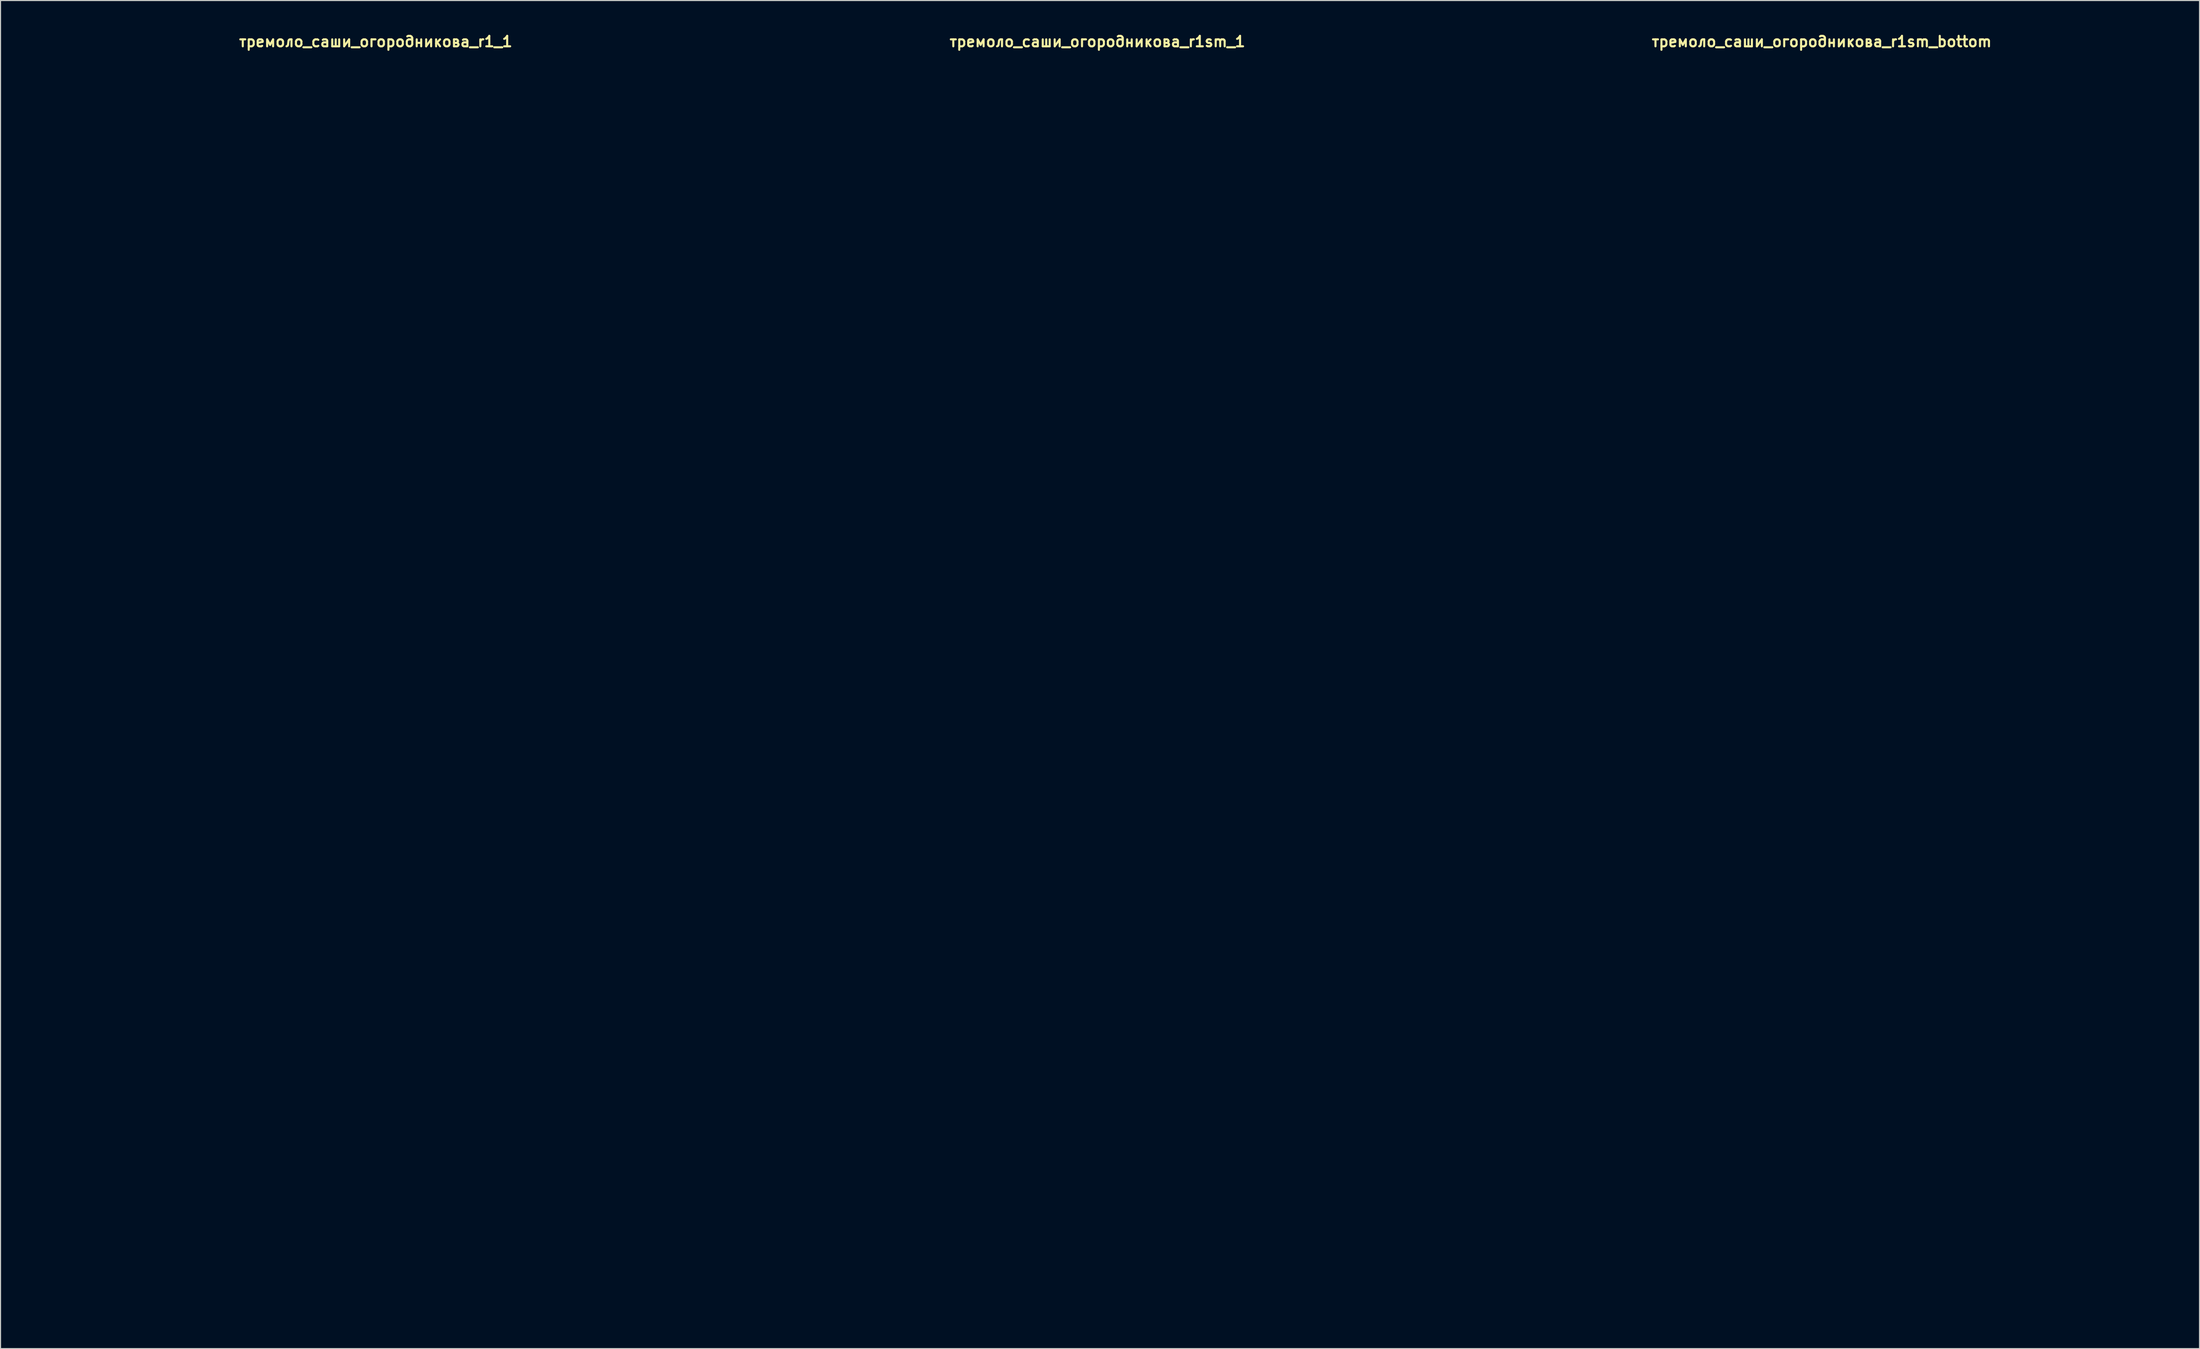
<source format=kicad_pcb>
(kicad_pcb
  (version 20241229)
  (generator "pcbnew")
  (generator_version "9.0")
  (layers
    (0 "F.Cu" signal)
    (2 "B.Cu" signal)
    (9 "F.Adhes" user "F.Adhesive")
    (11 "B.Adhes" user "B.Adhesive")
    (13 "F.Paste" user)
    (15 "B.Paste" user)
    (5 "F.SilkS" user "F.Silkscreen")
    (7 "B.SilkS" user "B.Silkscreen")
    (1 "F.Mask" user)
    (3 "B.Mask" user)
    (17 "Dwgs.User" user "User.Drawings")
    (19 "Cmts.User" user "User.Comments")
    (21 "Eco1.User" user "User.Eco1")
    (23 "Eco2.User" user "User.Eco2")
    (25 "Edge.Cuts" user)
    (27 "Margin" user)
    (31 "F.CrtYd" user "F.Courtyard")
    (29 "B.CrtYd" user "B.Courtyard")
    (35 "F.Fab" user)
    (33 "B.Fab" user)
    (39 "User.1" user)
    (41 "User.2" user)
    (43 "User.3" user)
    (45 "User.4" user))
  (footprint "тремоло_саши_огородникова_r1sm_bottom"
    (layer "F.Cu")
    (at 171.5 62.277)
    (property "Reference" "тремоло_саши_огородникова_r1sm_bottom" (at 0 -61.341 0) (layer "F.SilkS") (effects (font (size 1 1) (thickness 0.2))))
    (attr through_hole)
    (fp_line (start -33 -57.4) (end -33 57.4) (stroke (width 0.4) (type solid)) (layer "Eco1.User"))
    (fp_line (start -29.9 -60.5) (end 29.9 -60.5) (stroke (width 0.4) (type solid)) (layer "Eco1.User"))
    (fp_line (start -29.9 60.5) (end 29.9 60.5) (stroke (width 0.4) (type solid)) (layer "Eco1.User"))
    (fp_line (start 33 -57.4) (end 33 57.4) (stroke (width 0.4) (type solid)) (layer "Eco1.User"))
    (fp_arc (start -33 -57.4) (mid -32.092031 -59.592031) (end -29.9 -60.5) (stroke (width 0.4) (type solid)) (layer "Eco1.User"))
    (fp_arc (start -29.9 60.5) (mid -32.092031 59.592031) (end -33 57.4) (stroke (width 0.4) (type solid)) (layer "Eco1.User"))
    (fp_arc (start 29.9 -60.5) (mid 32.092031 -59.592031) (end 33 -57.4) (stroke (width 0.4) (type solid)) (layer "Eco1.User"))
    (fp_arc (start 33 57.4) (mid 32.092031 59.592031) (end 29.9 60.5) (stroke (width 0.4) (type solid)) (layer "Eco1.User"))
    (fp_circle (center -24.57 -52.07) (end -23.07 -52.07) (stroke (width 0.4) (type solid)) (fill no) (layer "Eco1.User"))
    (fp_circle (center -24.57 52.07) (end -23.07 52.07) (stroke (width 0.4) (type solid)) (fill no) (layer "Eco1.User"))
    (fp_circle (center -15.24 -31.55) (end -11.64 -31.55) (stroke (width 0.4) (type solid)) (fill no) (layer "Eco1.User"))
    (fp_circle (center -7.62 -1.27) (end -6.12 -1.27) (stroke (width 0.4) (type solid)) (fill no) (layer "Eco1.User"))
    (fp_circle (center 0 -1.27) (end 3 -1.27) (stroke (width 0.4) (type solid)) (fill no) (layer "Eco1.User"))
    (fp_circle (center 0 35.56) (end 6 35.56) (stroke (width 0.4) (type solid)) (fill no) (layer "Eco1.User"))
    (fp_circle (center 0 52.07) (end 2.65 52.07) (stroke (width 0.4) (type solid)) (fill no) (layer "Eco1.User"))
    (fp_circle (center 7.62 -1.27) (end 9.12 -1.27) (stroke (width 0.4) (type solid)) (fill no) (layer "Eco1.User"))
    (fp_circle (center 15.24 -31.55) (end 18.84 -31.55) (stroke (width 0.4) (type solid)) (fill no) (layer "Eco1.User"))
    (fp_circle (center 24.57 -52.07) (end 26.07 -52.07) (stroke (width 0.4) (type solid)) (fill no) (layer "Eco1.User"))
    (fp_circle (center 24.57 52.07) (end 26.07 52.07) (stroke (width 0.4) (type solid)) (fill no) (layer "Eco1.User")))
  (footprint "тремоло_саши_огородникова_r1sm_1"
    (layer "F.Cu")
    (at 102.1 62.277)
    (property "Reference" "тремоло_саши_огородникова_r1sm_1" (at 0 -61.341 0) (layer "F.SilkS") (effects (font (size 1 1) (thickness 0.2))))
    (attr through_hole)
    (fp_line (start -33 -57.4) (end -33 57.4) (stroke (width 0.4) (type solid)) (layer "Eco1.User"))
    (fp_line (start -29.9 -60.5) (end 29.9 -60.5) (stroke (width 0.4) (type solid)) (layer "Eco1.User"))
    (fp_line (start -29.9 60.5) (end 29.9 60.5) (stroke (width 0.4) (type solid)) (layer "Eco1.User"))
    (fp_line (start 33 -57.4) (end 33 57.4) (stroke (width 0.4) (type solid)) (layer "Eco1.User"))
    (fp_arc (start -33 -57.4) (mid -32.092031 -59.592031) (end -29.9 -60.5) (stroke (width 0.4) (type solid)) (layer "Eco1.User"))
    (fp_arc (start -29.9 60.5) (mid -32.092031 59.592031) (end -33 57.4) (stroke (width 0.4) (type solid)) (layer "Eco1.User"))
    (fp_arc (start 29.9 -60.5) (mid 32.092031 -59.592031) (end 33 -57.4) (stroke (width 0.4) (type solid)) (layer "Eco1.User"))
    (fp_arc (start 33 57.4) (mid 32.092031 59.592031) (end 29.9 60.5) (stroke (width 0.4) (type solid)) (layer "Eco1.User"))
    (fp_circle (center -24.57 -52.07) (end -23.07 -52.07) (stroke (width 0.4) (type solid)) (fill no) (layer "Eco1.User"))
    (fp_circle (center -24.57 -52.07) (end -21.07 -52.07) (stroke (width 0.4) (type solid)) (fill no) (layer "Eco1.User"))
    (fp_circle (center -24.57 52.07) (end -23.07 52.07) (stroke (width 0.4) (type solid)) (fill no) (layer "Eco1.User"))
    (fp_circle (center -24.57 52.07) (end -21.07 52.07) (stroke (width 0.4) (type solid)) (fill no) (layer "Eco1.User"))
    (fp_circle (center -15.24 -31.55) (end -11.64 -31.55) (stroke (width 0.4) (type solid)) (fill no) (layer "Eco1.User"))
    (fp_circle (center -15.24 -31.55) (end -5.74 -31.55) (stroke (width 0.4) (type solid)) (fill no) (layer "Eco1.User"))
    (fp_circle (center -7.62 -1.27) (end -6.12 -1.27) (stroke (width 0.4) (type solid)) (fill no) (layer "Eco1.User"))
    (fp_circle (center -7.62 -1.27) (end -4.12 -1.27) (stroke (width 0.4) (type solid)) (fill no) (layer "Eco1.User"))
    (fp_circle (center 0 -1.27) (end 3 -1.27) (stroke (width 0.4) (type solid)) (fill no) (layer "Eco1.User"))
    (fp_circle (center 0 35.56) (end 6 35.56) (stroke (width 0.4) (type solid)) (fill no) (layer "Eco1.User"))
    (fp_circle (center 0 35.56) (end 9.75 35.56) (stroke (width 0.4) (type solid)) (fill no) (layer "Eco1.User"))
    (fp_circle (center 0 52.07) (end 2.65 52.07) (stroke (width 0.4) (type solid)) (fill no) (layer "Eco1.User"))
    (fp_circle (center 7.62 -1.27) (end 9.12 -1.27) (stroke (width 0.4) (type solid)) (fill no) (layer "Eco1.User"))
    (fp_circle (center 7.62 -1.27) (end 11.12 -1.27) (stroke (width 0.4) (type solid)) (fill no) (layer "Eco1.User"))
    (fp_circle (center 15.24 -31.55) (end 18.84 -31.55) (stroke (width 0.4) (type solid)) (fill no) (layer "Eco1.User"))
    (fp_circle (center 15.24 -31.55) (end 24.74 -31.55) (stroke (width 0.4) (type solid)) (fill no) (layer "Eco1.User"))
    (fp_circle (center 24.57 -52.07) (end 26.07 -52.07) (stroke (width 0.4) (type solid)) (fill no) (layer "Eco1.User"))
    (fp_circle (center 24.57 -52.07) (end 28.07 -52.07) (stroke (width 0.4) (type solid)) (fill no) (layer "Eco1.User"))
    (fp_circle (center 24.57 52.07) (end 26.07 52.07) (stroke (width 0.4) (type solid)) (fill no) (layer "Eco1.User"))
    (fp_circle (center 24.57 52.07) (end 28.07 52.07) (stroke (width 0.4) (type solid)) (fill no) (layer "Eco1.User")))
  (footprint "тремоло_саши_огородникова_r1_1"
    (layer "F.Cu")
    (at 32.95 62.404)
    (property "Reference" "тремоло_саши_огородникова_r1_1" (at 0 -61.468 0) (layer "F.SilkS") (effects (font (size 1 1) (thickness 0.2))))
    (attr through_hole)
    (fp_line (start -32.75 -60.6) (end -32.75 60.6) (stroke (width 0.4) (type solid)) (layer "Eco1.User"))
    (fp_line (start -32.75 -60.6) (end 32.75 -60.6) (stroke (width 0.4) (type solid)) (layer "Eco1.User"))
    (fp_line (start -32.75 60.6) (end 32.75 60.6) (stroke (width 0.4) (type solid)) (layer "Eco1.User"))
    (fp_line (start -31.15 -59) (end -31.15 59) (stroke (width 0.4) (type solid)) (layer "Eco1.User"))
    (fp_line (start -31.15 -59) (end 31.15 -59) (stroke (width 0.4) (type solid)) (layer "Eco1.User"))
    (fp_line (start -31.15 59) (end 31.15 59) (stroke (width 0.4) (type solid)) (layer "Eco1.User"))
    (fp_line (start 31.15 -59) (end 31.15 59) (stroke (width 0.4) (type solid)) (layer "Eco1.User"))
    (fp_line (start 32.75 -60.6) (end 32.75 60.6) (stroke (width 0.4) (type solid)) (layer "Eco1.User"))
    (fp_circle (center -15.24 -31.55) (end -11.54 -31.55) (stroke (width 0.4) (type solid)) (fill no) (layer "Eco1.User"))
    (fp_circle (center -15.24 -31.55) (end -5.74 -31.55) (stroke (width 0.4) (type solid)) (fill no) (layer "Eco1.User"))
    (fp_circle (center -7.62 -1.27) (end -6.12 -1.27) (stroke (width 0.4) (type solid)) (fill no) (layer "Eco1.User"))
    (fp_circle (center -7.62 -1.27) (end -4.12 -1.27) (stroke (width 0.4) (type solid)) (fill no) (layer "Eco1.User"))
    (fp_circle (center 0 -1.27) (end 3 -1.27) (stroke (width 0.4) (type solid)) (fill no) (layer "Eco1.User"))
    (fp_circle (center 0 35.56) (end 6.5 35.56) (stroke (width 0.4) (type solid)) (fill no) (layer "Eco1.User"))
    (fp_circle (center 0 35.56) (end 9.75 35.56) (stroke (width 0.4) (type solid)) (fill no) (layer "Eco1.User"))
    (fp_circle (center 0 52.07) (end 2.65 52.07) (stroke (width 0.4) (type solid)) (fill no) (layer "Eco1.User"))
    (fp_circle (center 7.62 -1.27) (end 9.12 -1.27) (stroke (width 0.4) (type solid)) (fill no) (layer "Eco1.User"))
    (fp_circle (center 7.62 -1.27) (end 11.12 -1.27) (stroke (width 0.4) (type solid)) (fill no) (layer "Eco1.User"))
    (fp_circle (center 15.24 -31.55) (end 18.94 -31.55) (stroke (width 0.4) (type solid)) (fill no) (layer "Eco1.User"))
    (fp_circle (center 15.24 -31.55) (end 24.74 -31.55) (stroke (width 0.4) (type solid)) (fill no) (layer "Eco1.User"))
    (fp_line (start -32.75 -60.6) (end -32.75 60.6) (stroke (width 0.4) (type solid)) (layer "Eco2.User"))
    (fp_line (start -32.75 -60.6) (end 32.75 -60.6) (stroke (width 0.4) (type solid)) (layer "Eco2.User"))
    (fp_line (start -32.75 60.6) (end 32.75 60.6) (stroke (width 0.4) (type solid)) (layer "Eco2.User"))
    (fp_line (start -5.715 -39.37) (end -4.445 -39.37) (stroke (width 0.25) (type solid)) (layer "Eco2.User"))
    (fp_line (start -5.08 -40.005) (end -5.08 -38.735) (stroke (width 0.25) (type solid)) (layer "Eco2.User"))
    (fp_line (start -3.81 -39.37) (end -1.27 -39.37) (stroke (width 0.5) (type solid)) (layer "Eco2.User"))
    (fp_line (start 0 -39.37) (end 3.81 -39.37) (stroke (width 0.5) (type solid)) (layer "Eco2.User"))
    (fp_line (start 4.445 -39.37) (end 5.715 -39.37) (stroke (width 0.25) (type solid)) (layer "Eco2.User"))
    (fp_line (start 32.75 -60.6) (end 32.75 60.6) (stroke (width 0.4) (type solid)) (layer "Eco2.User"))
    (fp_arc (start 0 -38.1) (mid -1.27 -39.37) (end 0 -40.64) (stroke (width 0.5) (type solid)) (layer "Eco2.User"))
    (fp_circle (center -5.08 -39.37) (end -3.81 -39.37) (stroke (width 0.5) (type solid)) (fill no) (layer "Eco2.User"))
    (fp_circle (center 0 -39.37) (end 0.25 -39.37) (stroke (width 0.5) (type solid)) (fill no) (layer "Eco2.User"))
    (fp_circle (center 5.08 -39.37) (end 6.35 -39.37) (stroke (width 0.5) (type solid)) (fill no) (layer "Eco2.User"))
    (fp_poly (pts (xy -15.24 -55.88) (xy -16.51 -53.34) (xy -13.97 -53.34)) (stroke (width 0.5) (type solid)) (fill no) (layer "Eco2.User"))
    (fp_poly (pts (xy 15.24 -53.34) (xy 13.97 -55.88) (xy 16.51 -55.88)) (stroke (width 0.5) (type solid)) (fill no) (layer "Eco2.User")))
  (gr_rect
    (start -3 -3)
    (end 207.7 126.204)
    (stroke (width 0.1) (type default))
    (fill no)
    (layer "Edge.Cuts")))
</source>
